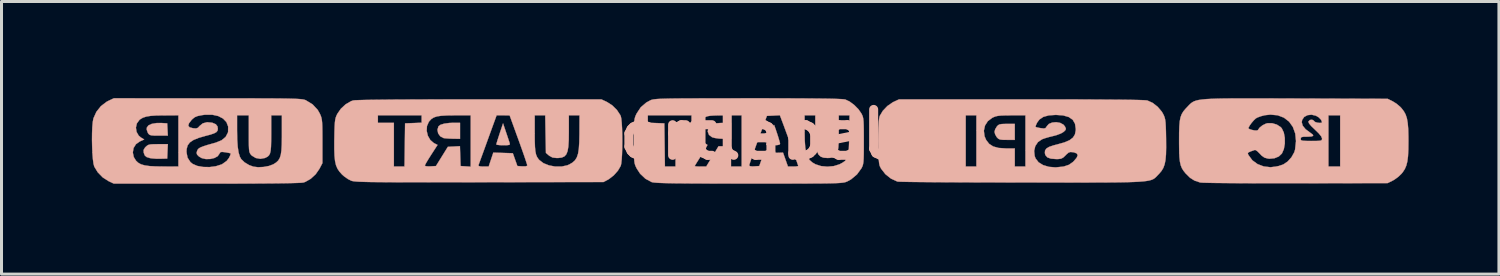
<source format=kicad_pcb>
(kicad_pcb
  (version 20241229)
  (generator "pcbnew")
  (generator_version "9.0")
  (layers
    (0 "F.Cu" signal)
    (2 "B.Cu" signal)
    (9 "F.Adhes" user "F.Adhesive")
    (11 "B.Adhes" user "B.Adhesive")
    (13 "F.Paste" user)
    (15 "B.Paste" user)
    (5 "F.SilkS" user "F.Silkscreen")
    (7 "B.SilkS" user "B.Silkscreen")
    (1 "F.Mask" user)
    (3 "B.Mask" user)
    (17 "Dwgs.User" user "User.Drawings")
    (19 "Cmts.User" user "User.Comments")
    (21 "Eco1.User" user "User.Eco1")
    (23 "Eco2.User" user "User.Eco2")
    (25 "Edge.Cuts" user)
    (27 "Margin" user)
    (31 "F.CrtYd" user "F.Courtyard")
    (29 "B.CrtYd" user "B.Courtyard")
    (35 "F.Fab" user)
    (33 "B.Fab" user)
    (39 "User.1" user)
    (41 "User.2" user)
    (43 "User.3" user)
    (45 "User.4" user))
  (footprint "portlabels"
    (layer "F.Cu")
    (at 21.897 1.418)
    (property "Reference" "portlabels" (at 0 0 0) (layer "B.SilkS") (effects (font (size 1.524 1.524) (thickness 0.3))))
    (attr through_hole)
    (fp_poly (pts (xy -19.395 -0.372) (xy -19.374 0.035) (xy -19.676 0.035) (xy -19.824 0.034) (xy -19.919 0.027) (xy -19.976 0.01) (xy -20.013 -0.021) (xy -20.036 -0.053) (xy -20.076 -0.164) (xy -20.072 -0.229) (xy -20.018 -0.303) (xy -19.907 -0.355) (xy -19.746 -0.382) (xy -19.58 -0.383) (xy -19.395 -0.372)) (stroke (width 0.01) (type solid)) (fill yes) (layer "B.SilkS"))
    (fp_poly (pts (xy -9.671 0.142) (xy -9.91 0.138) (xy -10.044 0.133) (xy -10.157 0.125) (xy -10.22 0.116) (xy -10.328 0.058) (xy -10.398 -0.04) (xy -10.421 -0.158) (xy -10.387 -0.272) (xy -10.385 -0.275) (xy -10.318 -0.325) (xy -10.193 -0.363) (xy -10.025 -0.385) (xy -9.893 -0.39) (xy -9.671 -0.39) (xy -9.671 0.142)) (stroke (width 0.01) (type solid)) (fill yes) (layer "B.SilkS"))
    (fp_poly (pts (xy -0.673 0.142) (xy -0.93 0.14) (xy -1.076 0.133) (xy -1.21 0.114) (xy -1.301 0.089) (xy -1.403 0.012) (xy -1.446 -0.096) (xy -1.426 -0.218) (xy -1.413 -0.244) (xy -1.365 -0.306) (xy -1.294 -0.347) (xy -1.186 -0.372) (xy -1.029 -0.384) (xy -0.93 -0.386) (xy -0.673 -0.39) (xy -0.673 0.142)) (stroke (width 0.01) (type solid)) (fill yes) (layer "B.SilkS"))
    (fp_poly (pts (xy -8.144 -0.077) (xy -8.096 0.065) (xy -8.055 0.188) (xy -8.028 0.27) (xy -8.023 0.286) (xy -8.017 0.323) (xy -8.039 0.343) (xy -8.103 0.352) (xy -8.222 0.354) (xy -8.234 0.354) (xy -8.352 0.351) (xy -8.436 0.341) (xy -8.467 0.328) (xy -8.456 0.285) (xy -8.428 0.191) (xy -8.386 0.061) (xy -8.355 -0.035) (xy -8.243 -0.371) (xy -8.144 -0.077)) (stroke (width 0.01) (type solid)) (fill yes) (layer "B.SilkS"))
    (fp_poly (pts (xy -19.385 0.558) (xy -19.395 0.797) (xy -19.626 0.803) (xy -19.768 0.802) (xy -19.9 0.792) (xy -19.974 0.78) (xy -20.08 0.746) (xy -20.138 0.696) (xy -20.172 0.609) (xy -20.176 0.595) (xy -20.179 0.512) (xy -20.134 0.436) (xy -20.109 0.409) (xy -20.06 0.366) (xy -20.008 0.339) (xy -19.933 0.325) (xy -19.82 0.32) (xy -19.697 0.319) (xy -19.374 0.319) (xy -19.385 0.558)) (stroke (width 0.01) (type solid)) (fill yes) (layer "B.SilkS"))
    (fp_poly (pts (xy 8.75 0.177) (xy 8.487 0.177) (xy 8.349 0.175) (xy 8.262 0.165) (xy 8.207 0.141) (xy 8.163 0.099) (xy 8.15 0.084) (xy 8.099 -0.005) (xy 8.077 -0.088) (xy 8.077 -0.089) (xy 8.098 -0.172) (xy 8.15 -0.261) (xy 8.15 -0.261) (xy 8.194 -0.309) (xy 8.245 -0.337) (xy 8.321 -0.35) (xy 8.444 -0.354) (xy 8.487 -0.354) (xy 8.75 -0.354) (xy 8.75 0.177)) (stroke (width 0.01) (type solid)) (fill yes) (layer "B.SilkS"))
    (fp_poly (pts (xy 0.798 -0.21) (xy 0.843 -0.077) (xy 0.888 0.06) (xy 0.925 0.183) (xy 0.95 0.273) (xy 0.956 0.307) (xy 0.934 0.335) (xy 0.86 0.35) (xy 0.726 0.354) (xy 0.609 0.353) (xy 0.526 0.349) (xy 0.496 0.344) (xy 0.507 0.309) (xy 0.536 0.221) (xy 0.578 0.094) (xy 0.617 -0.019) (xy 0.669 -0.163) (xy 0.714 -0.266) (xy 0.746 -0.319) (xy 0.758 -0.319) (xy 0.798 -0.21)) (stroke (width 0.01) (type solid)) (fill yes) (layer "B.SilkS"))
    (fp_poly (pts (xy -4.977 -1.168) (xy -4.8 -1.086) (xy -4.62 -0.972) (xy -4.463 -0.818) (xy -4.349 -0.645) (xy -4.335 -0.615) (xy -4.316 -0.532) (xy -4.302 -0.392) (xy -4.291 -0.21) (xy -4.285 -0.001) (xy -4.283 0.222) (xy -4.286 0.445) (xy -4.292 0.653) (xy -4.303 0.831) (xy -4.318 0.967) (xy -4.335 1.04) (xy -4.429 1.2) (xy -4.567 1.355) (xy -4.724 1.477) (xy -4.761 1.499) (xy -4.906 1.576) (xy -9.016 1.583) (xy -9.649 1.584) (xy -10.215 1.584) (xy -10.718 1.585) (xy -11.162 1.584) (xy -11.55 1.584) (xy -11.887 1.583) (xy -12.176 1.581) (xy -12.421 1.579) (xy -12.627 1.577) (xy -12.796 1.573) (xy -12.933 1.569) (xy -13.042 1.565) (xy -13.126 1.559) (xy -13.19 1.553) (xy -13.237 1.545) (xy -13.271 1.537) (xy -13.281 1.534) (xy -13.396 1.476) (xy -13.521 1.387) (xy -13.59 1.326) (xy -13.675 1.231) (xy -13.741 1.133) (xy -13.789 1.02) (xy -13.821 0.881) (xy -13.839 0.707) (xy -13.847 0.486) (xy -13.847 0.208) (xy -13.845 0.131) (xy -13.841 -0.101) (xy -13.835 -0.274) (xy -13.827 -0.4) (xy -13.815 -0.494) (xy -13.798 -0.566) (xy -13.774 -0.629) (xy -13.77 -0.638) (xy -12.399 -0.638) (xy -12.399 -0.39) (xy -11.868 -0.39) (xy -11.868 1.063) (xy -11.515 1.063) (xy -11.514 1.031) (xy -10.84 1.031) (xy -10.808 1.05) (xy -10.723 1.057) (xy -10.656 1.056) (xy -10.471 1.045) (xy -10.273 0.726) (xy -10.075 0.407) (xy -9.875 0.397) (xy -9.674 0.386) (xy -9.664 0.716) (xy -9.653 1.045) (xy -9.485 1.056) (xy -9.317 1.067) (xy -9.317 1.018) (xy -9.06 1.018) (xy -9.047 1.047) (xy -8.978 1.06) (xy -8.898 1.063) (xy -8.72 1.063) (xy -8.643 0.831) (xy -8.566 0.6) (xy -8.242 0.61) (xy -7.918 0.62) (xy -7.767 1.045) (xy -7.603 1.056) (xy -7.494 1.056) (xy -7.445 1.037) (xy -7.439 1.02) (xy -7.451 0.975) (xy -7.484 0.874) (xy -7.534 0.725) (xy -7.599 0.539) (xy -7.675 0.325) (xy -7.732 0.168) (xy -8.024 -0.637) (xy -8.24 -0.638) (xy -8.457 -0.638) (xy -7.191 -0.638) (xy -7.191 -0.038) (xy -7.19 0.214) (xy -7.183 0.406) (xy -7.17 0.551) (xy -7.148 0.659) (xy -7.115 0.741) (xy -7.069 0.81) (xy -7.038 0.846) (xy -6.9 0.951) (xy -6.717 1.024) (xy -6.51 1.063) (xy -6.301 1.063) (xy -6.111 1.022) (xy -6.043 0.993) (xy -5.936 0.93) (xy -5.854 0.856) (xy -5.794 0.761) (xy -5.752 0.636) (xy -5.726 0.471) (xy -5.712 0.255) (xy -5.706 -0.02) (xy -5.706 -0.044) (xy -5.703 -0.638) (xy -6.058 -0.638) (xy -6.058 -0.087) (xy -6.061 0.185) (xy -6.074 0.395) (xy -6.1 0.55) (xy -6.143 0.658) (xy -6.206 0.726) (xy -6.294 0.764) (xy -6.409 0.778) (xy -6.461 0.779) (xy -6.599 0.763) (xy -6.705 0.706) (xy -6.72 0.694) (xy -6.819 0.609) (xy -6.831 -0.015) (xy -6.842 -0.638) (xy -7.191 -0.638) (xy -8.457 -0.638) (xy -8.75 0.168) (xy -8.832 0.395) (xy -8.907 0.601) (xy -8.971 0.776) (xy -9.02 0.91) (xy -9.051 0.995) (xy -9.06 1.018) (xy -9.317 1.018) (xy -9.317 -0.638) (xy -9.857 -0.638) (xy -10.106 -0.635) (xy -10.295 -0.624) (xy -10.436 -0.603) (xy -10.541 -0.568) (xy -10.622 -0.517) (xy -10.689 -0.446) (xy -10.708 -0.421) (xy -10.769 -0.282) (xy -10.778 -0.122) (xy -10.74 0.039) (xy -10.659 0.18) (xy -10.542 0.281) (xy -10.531 0.287) (xy -10.418 0.344) (xy -10.629 0.67) (xy -10.715 0.805) (xy -10.784 0.92) (xy -10.828 1) (xy -10.84 1.031) (xy -11.514 1.031) (xy -11.496 -0.372) (xy -11.221 -0.382) (xy -10.946 -0.393) (xy -10.946 -0.638) (xy -12.399 -0.638) (xy -13.77 -0.638) (xy -13.743 -0.692) (xy -13.625 -0.861) (xy -13.467 -1.006) (xy -13.29 -1.108) (xy -13.222 -1.132) (xy -13.162 -1.139) (xy -13.031 -1.144) (xy -12.83 -1.15) (xy -12.559 -1.154) (xy -12.218 -1.158) (xy -11.808 -1.162) (xy -11.329 -1.164) (xy -10.781 -1.166) (xy -10.164 -1.168) (xy -9.479 -1.168) (xy -9.033 -1.168) (xy -4.977 -1.168)) (stroke (width 0.01) (type solid)) (fill yes) (layer "B.SilkS"))
    (fp_poly (pts (xy 16.735 -1.201) (xy 17.186 -1.2) (xy 17.699 -1.198) (xy 18.088 -1.197) (xy 21.131 -1.187) (xy 21.299 -1.104) (xy 21.427 -1.024) (xy 21.551 -0.919) (xy 21.592 -0.875) (xy 21.67 -0.773) (xy 21.729 -0.665) (xy 21.771 -0.538) (xy 21.798 -0.382) (xy 21.815 -0.184) (xy 21.821 0.066) (xy 21.822 0.213) (xy 21.819 0.494) (xy 21.808 0.716) (xy 21.786 0.891) (xy 21.751 1.031) (xy 21.701 1.146) (xy 21.633 1.25) (xy 21.592 1.3) (xy 21.483 1.405) (xy 21.351 1.5) (xy 21.299 1.529) (xy 21.131 1.612) (xy 18.085 1.618) (xy 17.606 1.618) (xy 17.15 1.618) (xy 16.722 1.617) (xy 16.327 1.615) (xy 15.969 1.613) (xy 15.655 1.61) (xy 15.388 1.607) (xy 15.175 1.603) (xy 15.019 1.599) (xy 14.926 1.594) (xy 14.904 1.591) (xy 14.723 1.531) (xy 14.573 1.438) (xy 14.428 1.296) (xy 14.356 1.207) (xy 14.301 1.12) (xy 14.261 1.021) (xy 14.234 0.901) (xy 14.217 0.748) (xy 14.211 0.614) (xy 16.49 0.614) (xy 16.493 0.645) (xy 16.511 0.682) (xy 16.637 0.853) (xy 16.809 0.98) (xy 17.014 1.058) (xy 17.241 1.085) (xy 17.478 1.056) (xy 17.663 0.994) (xy 17.809 0.897) (xy 17.938 0.754) (xy 18.03 0.589) (xy 18.057 0.501) (xy 18.088 0.218) (xy 18.081 0.142) (xy 18.244 0.142) (xy 18.249 0.174) (xy 18.272 0.195) (xy 18.326 0.206) (xy 18.424 0.211) (xy 18.579 0.213) (xy 18.598 0.213) (xy 18.759 0.212) (xy 18.862 0.208) (xy 18.92 0.197) (xy 18.946 0.177) (xy 18.953 0.146) (xy 18.954 0.133) (xy 18.926 0.061) (xy 18.842 -0.042) (xy 18.718 -0.163) (xy 18.594 -0.282) (xy 18.523 -0.366) (xy 18.5 -0.423) (xy 18.503 -0.437) (xy 18.551 -0.484) (xy 18.622 -0.493) (xy 18.681 -0.461) (xy 18.692 -0.443) (xy 18.731 -0.414) (xy 18.803 -0.394) (xy 18.883 -0.386) (xy 18.94 -0.394) (xy 18.953 -0.41) (xy 18.922 -0.489) (xy 18.845 -0.57) (xy 18.751 -0.625) (xy 18.697 -0.638) (xy 19.165 -0.638) (xy 19.165 1.063) (xy 19.555 1.063) (xy 19.555 -0.638) (xy 19.165 -0.638) (xy 18.697 -0.638) (xy 18.604 -0.66) (xy 18.469 -0.644) (xy 18.36 -0.585) (xy 18.294 -0.49) (xy 18.279 -0.409) (xy 18.311 -0.294) (xy 18.407 -0.177) (xy 18.57 -0.055) (xy 18.572 -0.054) (xy 18.647 0.003) (xy 18.659 0.041) (xy 18.607 0.063) (xy 18.488 0.071) (xy 18.457 0.071) (xy 18.338 0.073) (xy 18.274 0.085) (xy 18.248 0.11) (xy 18.244 0.142) (xy 18.081 0.142) (xy 18.063 -0.035) (xy 17.984 -0.253) (xy 17.858 -0.43) (xy 17.688 -0.561) (xy 17.48 -0.64) (xy 17.238 -0.662) (xy 17.058 -0.643) (xy 16.927 -0.61) (xy 16.812 -0.568) (xy 16.757 -0.538) (xy 16.688 -0.474) (xy 16.613 -0.387) (xy 16.549 -0.298) (xy 16.512 -0.228) (xy 16.508 -0.212) (xy 16.539 -0.183) (xy 16.613 -0.157) (xy 16.702 -0.139) (xy 16.781 -0.134) (xy 16.823 -0.148) (xy 16.823 -0.149) (xy 16.879 -0.229) (xy 16.977 -0.307) (xy 17.091 -0.363) (xy 17.14 -0.376) (xy 17.295 -0.377) (xy 17.451 -0.331) (xy 17.58 -0.248) (xy 17.617 -0.206) (xy 17.683 -0.068) (xy 17.716 0.109) (xy 17.717 0.3) (xy 17.685 0.482) (xy 17.621 0.629) (xy 17.518 0.727) (xy 17.373 0.787) (xy 17.207 0.803) (xy 17.158 0.798) (xy 17.043 0.767) (xy 16.949 0.701) (xy 16.886 0.635) (xy 16.807 0.556) (xy 16.742 0.514) (xy 16.717 0.512) (xy 16.59 0.557) (xy 16.519 0.588) (xy 16.49 0.614) (xy 14.211 0.614) (xy 14.209 0.549) (xy 14.206 0.295) (xy 14.206 0.213) (xy 14.207 -0.061) (xy 14.214 -0.275) (xy 14.228 -0.441) (xy 14.253 -0.57) (xy 14.291 -0.674) (xy 14.345 -0.765) (xy 14.418 -0.853) (xy 14.471 -0.909) (xy 14.518 -0.959) (xy 14.561 -1.003) (xy 14.604 -1.042) (xy 14.65 -1.075) (xy 14.705 -1.104) (xy 14.774 -1.128) (xy 14.86 -1.148) (xy 14.969 -1.164) (xy 15.104 -1.177) (xy 15.271 -1.186) (xy 15.474 -1.193) (xy 15.717 -1.198) (xy 16.005 -1.2) (xy 16.343 -1.201) (xy 16.735 -1.201)) (stroke (width 0.01) (type solid)) (fill yes) (layer "B.SilkS"))
    (fp_poly (pts (xy 9.689 -1.168) (xy 10.347 -1.167) (xy 10.936 -1.166) (xy 11.457 -1.163) (xy 11.909 -1.16) (xy 12.291 -1.157) (xy 12.604 -1.153) (xy 12.847 -1.148) (xy 13.02 -1.142) (xy 13.123 -1.136) (xy 13.151 -1.132) (xy 13.328 -1.052) (xy 13.496 -0.921) (xy 13.633 -0.759) (xy 13.672 -0.692) (xy 13.705 -0.625) (xy 13.728 -0.562) (xy 13.745 -0.49) (xy 13.757 -0.395) (xy 13.764 -0.266) (xy 13.77 -0.091) (xy 13.774 0.133) (xy 13.776 0.426) (xy 13.771 0.659) (xy 13.755 0.843) (xy 13.726 0.989) (xy 13.683 1.107) (xy 13.623 1.207) (xy 13.544 1.301) (xy 13.519 1.326) (xy 13.481 1.366) (xy 13.447 1.402) (xy 13.413 1.434) (xy 13.377 1.462) (xy 13.333 1.487) (xy 13.278 1.508) (xy 13.209 1.527) (xy 13.12 1.542) (xy 13.009 1.555) (xy 12.871 1.566) (xy 12.702 1.574) (xy 12.499 1.581) (xy 12.258 1.586) (xy 11.974 1.589) (xy 11.644 1.591) (xy 11.263 1.592) (xy 10.829 1.593) (xy 10.336 1.592) (xy 9.782 1.592) (xy 9.161 1.591) (xy 8.983 1.591) (xy 8.452 1.59) (xy 7.94 1.589) (xy 7.452 1.588) (xy 6.991 1.586) (xy 6.563 1.584) (xy 6.172 1.582) (xy 5.823 1.579) (xy 5.52 1.576) (xy 5.268 1.573) (xy 5.071 1.569) (xy 4.935 1.566) (xy 4.863 1.562) (xy 4.853 1.561) (xy 4.639 1.463) (xy 4.452 1.314) (xy 4.309 1.13) (xy 4.264 1.04) (xy 4.246 0.957) (xy 4.231 0.817) (xy 4.221 0.636) (xy 4.214 0.426) (xy 4.212 0.203) (xy 4.215 -0.02) (xy 4.221 -0.228) (xy 4.232 -0.406) (xy 4.247 -0.542) (xy 4.264 -0.615) (xy 4.278 -0.638) (xy 7.121 -0.638) (xy 7.121 1.063) (xy 7.475 1.063) (xy 7.475 -0.128) (xy 7.723 -0.128) (xy 7.746 0.055) (xy 7.8 0.181) (xy 7.898 0.308) (xy 8.033 0.395) (xy 8.212 0.444) (xy 8.446 0.46) (xy 8.46 0.461) (xy 8.75 0.461) (xy 8.75 1.063) (xy 9.104 1.063) (xy 9.104 0.542) (xy 9.393 0.542) (xy 9.411 0.713) (xy 9.441 0.793) (xy 9.539 0.92) (xy 9.69 1.014) (xy 9.883 1.072) (xy 10.106 1.09) (xy 10.35 1.065) (xy 10.387 1.058) (xy 10.549 1.004) (xy 10.682 0.91) (xy 10.707 0.885) (xy 10.805 0.771) (xy 10.839 0.686) (xy 10.81 0.628) (xy 10.718 0.592) (xy 10.697 0.588) (xy 10.604 0.579) (xy 10.539 0.597) (xy 10.471 0.654) (xy 10.436 0.69) (xy 10.358 0.764) (xy 10.287 0.801) (xy 10.192 0.813) (xy 10.127 0.814) (xy 9.949 0.8) (xy 9.831 0.757) (xy 9.765 0.68) (xy 9.749 0.612) (xy 9.755 0.531) (xy 9.799 0.465) (xy 9.889 0.41) (xy 10.034 0.36) (xy 10.173 0.324) (xy 10.403 0.259) (xy 10.57 0.187) (xy 10.683 0.1) (xy 10.748 -0.006) (xy 10.774 -0.14) (xy 10.775 -0.186) (xy 10.75 -0.359) (xy 10.674 -0.491) (xy 10.543 -0.582) (xy 10.355 -0.636) (xy 10.114 -0.653) (xy 9.878 -0.637) (xy 9.698 -0.587) (xy 9.567 -0.499) (xy 9.489 -0.392) (xy 9.452 -0.31) (xy 9.439 -0.259) (xy 9.441 -0.253) (xy 9.483 -0.239) (xy 9.57 -0.22) (xy 9.615 -0.213) (xy 9.715 -0.202) (xy 9.769 -0.214) (xy 9.801 -0.255) (xy 9.808 -0.27) (xy 9.881 -0.352) (xy 9.994 -0.399) (xy 10.127 -0.411) (xy 10.257 -0.388) (xy 10.365 -0.33) (xy 10.415 -0.27) (xy 10.446 -0.201) (xy 10.437 -0.154) (xy 10.38 -0.096) (xy 10.374 -0.091) (xy 10.284 -0.037) (xy 10.148 0.015) (xy 10.031 0.047) (xy 9.885 0.083) (xy 9.749 0.123) (xy 9.657 0.156) (xy 9.521 0.248) (xy 9.431 0.382) (xy 9.393 0.542) (xy 9.104 0.542) (xy 9.104 -0.638) (xy 8.634 -0.638) (xy 8.435 -0.636) (xy 8.292 -0.631) (xy 8.188 -0.62) (xy 8.108 -0.602) (xy 8.036 -0.573) (xy 8.005 -0.558) (xy 7.856 -0.447) (xy 7.761 -0.299) (xy 7.723 -0.128) (xy 7.475 -0.128) (xy 7.475 -0.638) (xy 7.121 -0.638) (xy 4.278 -0.638) (xy 4.368 -0.789) (xy 4.52 -0.948) (xy 4.697 -1.07) (xy 4.729 -1.086) (xy 4.906 -1.168) (xy 8.963 -1.168) (xy 9.689 -1.168)) (stroke (width 0.01) (type solid)) (fill yes) (layer "B.SilkS"))
    (fp_poly (pts (xy -18.049 -1.203) (xy -17.506 -1.203) (xy -17.03 -1.203) (xy -16.615 -1.202) (xy -16.258 -1.201) (xy -15.953 -1.2) (xy -15.696 -1.198) (xy -15.483 -1.196) (xy -15.308 -1.192) (xy -15.168 -1.188) (xy -15.058 -1.183) (xy -14.974 -1.177) (xy -14.91 -1.17) (xy -14.862 -1.162) (xy -14.826 -1.152) (xy -14.797 -1.142) (xy -14.79 -1.138) (xy -14.567 -1.002) (xy -14.399 -0.822) (xy -14.325 -0.692) (xy -14.297 -0.628) (xy -14.276 -0.566) (xy -14.261 -0.495) (xy -14.251 -0.402) (xy -14.245 -0.278) (xy -14.242 -0.109) (xy -14.241 0.114) (xy -14.241 0.217) (xy -14.241 0.948) (xy -14.34 1.138) (xy -14.465 1.318) (xy -14.628 1.468) (xy -14.808 1.571) (xy -14.871 1.593) (xy -14.934 1.6) (xy -15.067 1.606) (xy -15.269 1.612) (xy -15.539 1.617) (xy -15.876 1.621) (xy -16.279 1.624) (xy -16.748 1.627) (xy -17.281 1.628) (xy -17.878 1.629) (xy -18.085 1.629) (xy -21.167 1.629) (xy -21.344 1.546) (xy -21.536 1.423) (xy -21.702 1.252) (xy -21.816 1.065) (xy -21.842 0.97) (xy -21.862 0.818) (xy -21.878 0.626) (xy -21.879 0.596) (xy -20.537 0.596) (xy -20.505 0.748) (xy -20.43 0.869) (xy -20.356 0.938) (xy -20.263 0.989) (xy -20.141 1.024) (xy -19.978 1.047) (xy -19.764 1.058) (xy -19.546 1.061) (xy -19.023 1.063) (xy -19.023 0.588) (xy -18.754 0.588) (xy -18.719 0.768) (xy -18.625 0.913) (xy -18.549 0.975) (xy -18.397 1.041) (xy -18.203 1.076) (xy -17.989 1.08) (xy -17.779 1.052) (xy -17.593 0.993) (xy -17.571 0.983) (xy -17.418 0.874) (xy -17.342 0.773) (xy -17.302 0.689) (xy -17.286 0.634) (xy -17.288 0.627) (xy -17.331 0.613) (xy -17.418 0.596) (xy -17.471 0.587) (xy -17.573 0.576) (xy -17.627 0.585) (xy -17.653 0.62) (xy -17.659 0.636) (xy -17.72 0.72) (xy -17.828 0.779) (xy -17.965 0.811) (xy -18.111 0.814) (xy -18.247 0.783) (xy -18.339 0.73) (xy -18.403 0.665) (xy -18.419 0.608) (xy -18.402 0.544) (xy -18.382 0.5) (xy -18.348 0.463) (xy -18.291 0.428) (xy -18.2 0.392) (xy -18.065 0.348) (xy -17.875 0.294) (xy -17.78 0.268) (xy -17.589 0.19) (xy -17.454 0.078) (xy -17.38 -0.063) (xy -17.373 -0.092) (xy -17.371 -0.267) (xy -17.429 -0.415) (xy -17.541 -0.532) (xy -17.701 -0.615) (xy -17.805 -0.638) (xy -17.075 -0.638) (xy -17.075 -0.147) (xy -17.07 0.163) (xy -17.053 0.409) (xy -17.024 0.598) (xy -16.982 0.736) (xy -16.938 0.815) (xy -16.826 0.923) (xy -16.673 1.015) (xy -16.532 1.066) (xy -16.377 1.085) (xy -16.195 1.076) (xy -16.017 1.043) (xy -15.876 0.99) (xy -15.871 0.988) (xy -15.779 0.929) (xy -15.709 0.864) (xy -15.658 0.782) (xy -15.623 0.673) (xy -15.602 0.527) (xy -15.591 0.333) (xy -15.587 0.081) (xy -15.587 0.004) (xy -15.587 -0.638) (xy -15.941 -0.638) (xy -15.941 -0.026) (xy -15.943 0.219) (xy -15.948 0.402) (xy -15.96 0.535) (xy -15.982 0.629) (xy -16.016 0.692) (xy -16.065 0.736) (xy -16.132 0.77) (xy -16.152 0.779) (xy -16.301 0.806) (xy -16.455 0.778) (xy -16.584 0.7) (xy -16.601 0.683) (xy -16.631 0.648) (xy -16.653 0.609) (xy -16.669 0.557) (xy -16.678 0.479) (xy -16.683 0.365) (xy -16.685 0.203) (xy -16.685 -0.019) (xy -16.685 -0.638) (xy -17.075 -0.638) (xy -17.805 -0.638) (xy -17.901 -0.659) (xy -18.135 -0.659) (xy -18.244 -0.644) (xy -18.382 -0.616) (xy -18.477 -0.578) (xy -18.554 -0.517) (xy -18.592 -0.478) (xy -18.674 -0.37) (xy -18.694 -0.292) (xy -18.65 -0.24) (xy -18.541 -0.211) (xy -18.538 -0.21) (xy -18.437 -0.203) (xy -18.376 -0.224) (xy -18.322 -0.282) (xy -18.319 -0.286) (xy -18.213 -0.372) (xy -18.07 -0.41) (xy -17.907 -0.394) (xy -17.892 -0.39) (xy -17.78 -0.342) (xy -17.725 -0.271) (xy -17.713 -0.19) (xy -17.723 -0.13) (xy -17.761 -0.082) (xy -17.838 -0.04) (xy -17.965 0.003) (xy -18.107 0.04) (xy -18.345 0.108) (xy -18.521 0.179) (xy -18.641 0.26) (xy -18.715 0.357) (xy -18.749 0.478) (xy -18.754 0.588) (xy -19.023 0.588) (xy -19.023 -0.638) (xy -19.493 -0.637) (xy -19.747 -0.634) (xy -19.942 -0.621) (xy -20.089 -0.597) (xy -20.202 -0.56) (xy -20.29 -0.508) (xy -20.318 -0.485) (xy -20.403 -0.369) (xy -20.434 -0.23) (xy -20.412 -0.088) (xy -20.341 0.036) (xy -20.265 0.1) (xy -20.159 0.164) (xy -20.303 0.228) (xy -20.433 0.32) (xy -20.512 0.447) (xy -20.537 0.596) (xy -21.879 0.596) (xy -21.887 0.409) (xy -21.892 0.181) (xy -21.89 -0.043) (xy -21.882 -0.247) (xy -21.867 -0.416) (xy -21.845 -0.535) (xy -21.844 -0.538) (xy -21.747 -0.754) (xy -21.596 -0.944) (xy -21.406 -1.089) (xy -21.346 -1.12) (xy -21.167 -1.204) (xy -18.049 -1.203)) (stroke (width 0.01) (type solid)) (fill yes) (layer "B.SilkS"))
    (fp_poly (pts (xy 0.478 -1.204) (xy 0.999 -1.203) (xy 1.455 -1.201) (xy 1.848 -1.199) (xy 2.184 -1.196) (xy 2.463 -1.193) (xy 2.689 -1.189) (xy 2.866 -1.183) (xy 2.995 -1.177) (xy 3.081 -1.17) (xy 3.124 -1.163) (xy 3.267 -1.095) (xy 3.419 -0.981) (xy 3.556 -0.843) (xy 3.658 -0.697) (xy 3.659 -0.695) (xy 3.685 -0.643) (xy 3.705 -0.589) (xy 3.719 -0.523) (xy 3.728 -0.434) (xy 3.733 -0.312) (xy 3.736 -0.145) (xy 3.737 0.076) (xy 3.737 0.213) (xy 3.737 0.466) (xy 3.735 0.659) (xy 3.731 0.803) (xy 3.724 0.907) (xy 3.712 0.983) (xy 3.696 1.041) (xy 3.673 1.092) (xy 3.661 1.116) (xy 3.511 1.322) (xy 3.314 1.487) (xy 3.188 1.556) (xy 3.159 1.568) (xy 3.128 1.579) (xy 3.089 1.589) (xy 3.039 1.597) (xy 2.973 1.604) (xy 2.886 1.61) (xy 2.774 1.615) (xy 2.632 1.619) (xy 2.456 1.622) (xy 2.24 1.624) (xy 1.981 1.625) (xy 1.673 1.626) (xy 1.312 1.627) (xy 0.894 1.627) (xy 0.413 1.627) (xy -0.071 1.627) (xy -0.628 1.627) (xy -1.118 1.626) (xy -1.546 1.625) (xy -1.916 1.624) (xy -2.231 1.621) (xy -2.497 1.619) (xy -2.717 1.615) (xy -2.895 1.611) (xy -3.036 1.606) (xy -3.144 1.6) (xy -3.223 1.593) (xy -3.277 1.586) (xy -3.308 1.578) (xy -3.515 1.467) (xy -3.691 1.3) (xy -3.799 1.135) (xy -3.832 1.071) (xy -3.856 1.013) (xy -3.874 0.951) (xy -3.885 0.873) (xy -3.892 0.767) (xy -3.895 0.623) (xy -3.897 0.429) (xy -3.897 0.215) (xy -3.897 -0.031) (xy -3.895 -0.218) (xy -3.891 -0.357) (xy -3.883 -0.459) (xy -3.871 -0.535) (xy -3.852 -0.597) (xy -3.835 -0.638) (xy -3.436 -0.638) (xy -3.436 -0.393) (xy -3.162 -0.382) (xy -2.887 -0.372) (xy -2.868 1.063) (xy -2.515 1.063) (xy -2.515 1.047) (xy -1.878 1.047) (xy -1.846 1.056) (xy -1.763 1.061) (xy -1.687 1.063) (xy -1.496 1.063) (xy -1.292 0.726) (xy -1.088 0.39) (xy -0.673 0.39) (xy -0.673 1.063) (xy -0.319 1.063) (xy -0.319 1.02) (xy -0.069 1.02) (xy -0.047 1.049) (xy 0.03 1.058) (xy 0.097 1.056) (xy 0.266 1.045) (xy 0.416 0.62) (xy 0.735 0.61) (xy 1.054 0.6) (xy 1.136 0.831) (xy 1.218 1.063) (xy 1.388 1.063) (xy 1.487 1.059) (xy 1.549 1.048) (xy 1.559 1.041) (xy 1.547 1.003) (xy 1.515 0.909) (xy 1.467 0.771) (xy 1.405 0.599) (xy 1.336 0.405) (xy 1.261 0.199) (xy 1.186 -0.007) (xy 1.114 -0.203) (xy 1.049 -0.378) (xy 1.027 -0.436) (xy 0.951 -0.638) (xy 1.771 -0.638) (xy 1.771 -0.097) (xy 1.776 0.194) (xy 1.792 0.424) (xy 1.821 0.603) (xy 1.868 0.74) (xy 1.936 0.845) (xy 2.027 0.926) (xy 2.134 0.988) (xy 2.317 1.047) (xy 2.529 1.066) (xy 2.742 1.047) (xy 2.927 0.989) (xy 2.94 0.983) (xy 3.037 0.93) (xy 3.111 0.878) (xy 3.164 0.815) (xy 3.202 0.732) (xy 3.226 0.617) (xy 3.24 0.461) (xy 3.248 0.254) (xy 3.252 0.033) (xy 3.263 -0.638) (xy 2.905 -0.638) (xy 2.905 -0.051) (xy 2.902 0.213) (xy 2.892 0.415) (xy 2.871 0.562) (xy 2.835 0.663) (xy 2.78 0.727) (xy 2.702 0.762) (xy 2.599 0.776) (xy 2.531 0.778) (xy 2.405 0.769) (xy 2.308 0.735) (xy 2.235 0.668) (xy 2.184 0.561) (xy 2.151 0.408) (xy 2.132 0.2) (xy 2.126 -0.069) (xy 2.126 -0.133) (xy 2.126 -0.638) (xy 1.771 -0.638) (xy 0.951 -0.638) (xy 0.95 -0.641) (xy 0.735 -0.63) (xy 0.519 -0.62) (xy 0.226 0.177) (xy 0.144 0.403) (xy 0.071 0.607) (xy 0.009 0.781) (xy -0.036 0.914) (xy -0.063 0.998) (xy -0.069 1.02) (xy -0.319 1.02) (xy -0.319 -0.638) (xy -0.869 -0.638) (xy -1.087 -0.637) (xy -1.247 -0.632) (xy -1.362 -0.624) (xy -1.446 -0.61) (xy -1.513 -0.588) (xy -1.555 -0.569) (xy -1.688 -0.466) (xy -1.77 -0.328) (xy -1.802 -0.172) (xy -1.782 -0.011) (xy -1.711 0.137) (xy -1.588 0.258) (xy -1.569 0.271) (xy -1.498 0.316) (xy -1.458 0.342) (xy -1.456 0.342) (xy -1.469 0.374) (xy -1.513 0.453) (xy -1.582 0.567) (xy -1.66 0.692) (xy -1.746 0.828) (xy -1.817 0.941) (xy -1.863 1.018) (xy -1.878 1.047) (xy -2.515 1.047) (xy -2.515 -0.39) (xy -1.984 -0.39) (xy -1.984 -0.638) (xy -3.436 -0.638) (xy -3.835 -0.638) (xy -3.827 -0.656) (xy -3.805 -0.701) (xy -3.669 -0.907) (xy -3.486 -1.063) (xy -3.348 -1.138) (xy -3.32 -1.15) (xy -3.286 -1.159) (xy -3.242 -1.168) (xy -3.183 -1.175) (xy -3.104 -1.182) (xy -3.001 -1.187) (xy -2.87 -1.191) (xy -2.705 -1.195) (xy -2.502 -1.198) (xy -2.257 -1.2) (xy -1.965 -1.201) (xy -1.621 -1.202) (xy -1.221 -1.203) (xy -0.76 -1.203) (xy -0.235 -1.204) (xy -0.11 -1.204) (xy 0.478 -1.204)) (stroke (width 0.01) (type solid)) (fill yes) (layer "B.SilkS")))
  (gr_rect
    (start -3 -3)
    (end 46.724 6.052)
    (stroke (width 0.1) (type default))
    (fill no)
    (layer "Edge.Cuts")))
</source>
